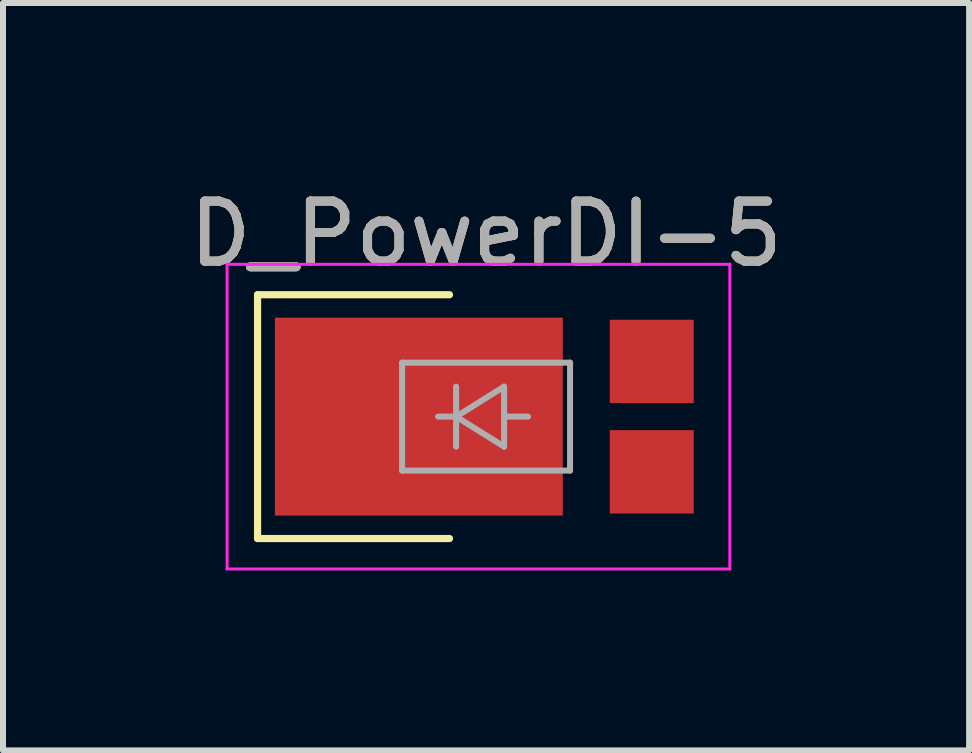
<source format=kicad_pcb>
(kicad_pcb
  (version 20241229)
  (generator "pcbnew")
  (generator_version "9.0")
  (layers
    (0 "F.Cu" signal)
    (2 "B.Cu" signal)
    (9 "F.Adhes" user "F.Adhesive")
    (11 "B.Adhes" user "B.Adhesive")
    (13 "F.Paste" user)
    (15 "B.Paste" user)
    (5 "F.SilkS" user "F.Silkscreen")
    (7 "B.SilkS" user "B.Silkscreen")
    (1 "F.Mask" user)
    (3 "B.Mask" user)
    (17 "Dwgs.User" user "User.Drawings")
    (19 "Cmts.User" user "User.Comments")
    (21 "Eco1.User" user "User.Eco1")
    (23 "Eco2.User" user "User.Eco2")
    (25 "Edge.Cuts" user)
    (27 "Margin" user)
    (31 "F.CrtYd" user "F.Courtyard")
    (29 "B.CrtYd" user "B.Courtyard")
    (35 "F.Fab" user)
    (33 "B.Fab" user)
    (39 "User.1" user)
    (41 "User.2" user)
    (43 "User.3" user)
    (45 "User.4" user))
  (footprint "D_PowerDI-5"
    (layer "F.Cu")
    (at 5.054 3.896)
    (property "Reference" "D_PowerDI-5" (at 0 -3.048 0) (layer "F.SilkS") (effects (font (size 1 1) (thickness 0.15))))
    (attr smd)
    (fp_line (start -3.81 2.032) (end -3.81 -2.032) (stroke (width 0.12) (type solid)) (layer "F.SilkS"))
    (fp_line (start -3.81 2.032) (end -0.61 2.032) (stroke (width 0.12) (type solid)) (layer "F.SilkS"))
    (fp_line (start -0.61 -2.032) (end -3.81 -2.032) (stroke (width 0.12) (type solid)) (layer "F.SilkS"))
    (fp_line (start -4.318 -2.54) (end 4.064 -2.54) (stroke (width 0.05) (type solid)) (layer "F.CrtYd"))
    (fp_line (start -4.318 2.54) (end -4.318 -2.54) (stroke (width 0.05) (type solid)) (layer "F.CrtYd"))
    (fp_line (start 4.064 -2.54) (end 4.064 2.54) (stroke (width 0.05) (type solid)) (layer "F.CrtYd"))
    (fp_line (start 4.064 2.54) (end -4.318 2.54) (stroke (width 0.05) (type solid)) (layer "F.CrtYd"))
    (fp_line (start -1.4 -0.9) (end 1.4 -0.9) (stroke (width 0.1) (type solid)) (layer "F.Fab"))
    (fp_line (start -1.4 0.9) (end -1.4 -0.9) (stroke (width 0.1) (type solid)) (layer "F.Fab"))
    (fp_line (start -0.8 0) (end -0.5 0) (stroke (width 0.1) (type solid)) (layer "F.Fab"))
    (fp_line (start -0.5 0) (end -0.5 -0.5) (stroke (width 0.1) (type solid)) (layer "F.Fab"))
    (fp_line (start -0.5 0) (end -0.5 0.5) (stroke (width 0.1) (type solid)) (layer "F.Fab"))
    (fp_line (start -0.5 0) (end 0.3 0.5) (stroke (width 0.1) (type solid)) (layer "F.Fab"))
    (fp_line (start 0.3 -0.5) (end -0.5 0) (stroke (width 0.1) (type solid)) (layer "F.Fab"))
    (fp_line (start 0.3 0) (end 0.7 0) (stroke (width 0.1) (type solid)) (layer "F.Fab"))
    (fp_line (start 0.3 0.5) (end 0.3 -0.5) (stroke (width 0.1) (type solid)) (layer "F.Fab"))
    (fp_line (start 1.4 -0.9) (end 1.4 0.9) (stroke (width 0.1) (type solid)) (layer "F.Fab"))
    (fp_line (start 1.4 0.9) (end -1.4 0.9) (stroke (width 0.1) (type solid)) (layer "F.Fab"))
    (fp_text user "${REFERENCE}" (at 0 -3.048 0) (layer "F.Fab") (effects (font (size 1 1) (thickness 0.15))))
    (pad "1" smd rect (at -1.121 0 180) (size 4.8 3.3) (layers "F.Cu" "F.Mask" "F.Paste"))
    (pad "2" smd rect (at 2.762 -0.92 180) (size 1.4 1.39) (layers "F.Cu" "F.Mask" "F.Paste"))
    (pad "2" smd rect (at 2.762 0.92 180) (size 1.4 1.39) (layers "F.Cu" "F.Mask" "F.Paste")))
  (gr_rect
    (start -3 -3)
    (end 13.107 9.461)
    (stroke (width 0.1) (type default))
    (fill no)
    (layer "Edge.Cuts")))
</source>
